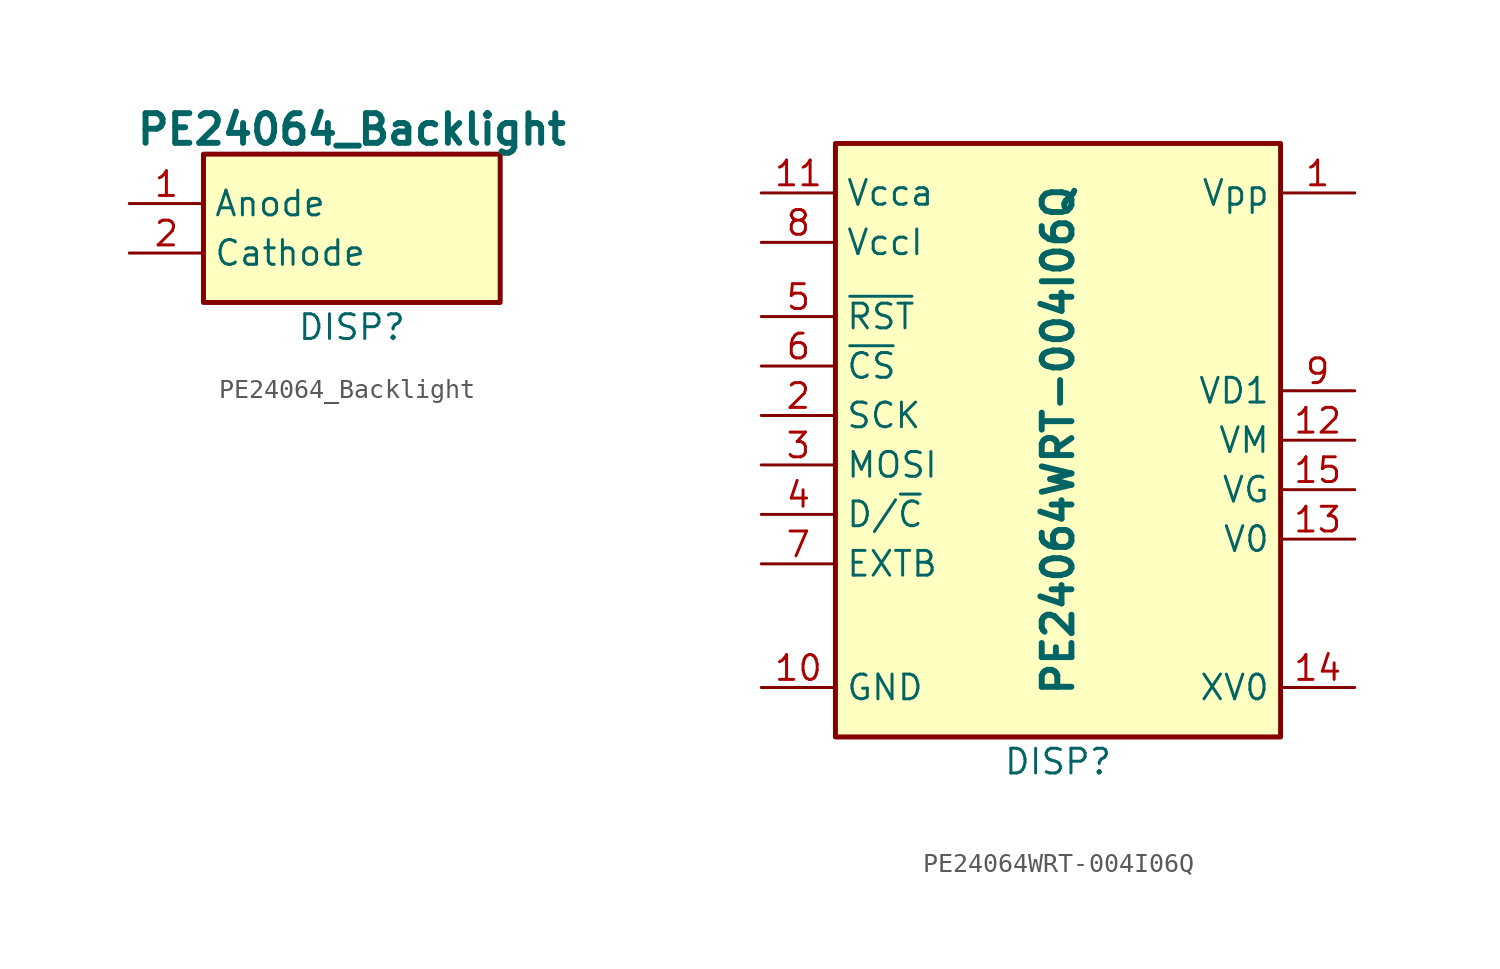
<source format=kicad_sym>
(kicad_symbol_lib
  (version 20231120)
  (generator "kicad_symbol_editor")
  (generator_version "8.0")
  (symbol "PE24064_Backlight"
    (property "Reference" "DISP"
      (at 0 -5.08 0)
      (effects (font (size 1.27 1.27))))
    (property "Value" "PE24064_Backlight"
      (at 0 5.08 0)
      (effects (font (size 1.524 1.524) (bold yes))))
    (symbol "PE24064_Backlight_1_1"
      (rectangle (start -7.62 3.81) (end 7.62 -3.81) (stroke (width 0.254) (type default)) (fill (type background)))
      (pin passive line (at -11.43 1.27 0) (length 3.81) (name "Anode" (effects (font (size 1.27 1.27)))) (number "1" (effects (font (size 1.27 1.27)))))
      (pin passive line (at -11.43 -1.27 0) (length 3.81) (name "Cathode" (effects (font (size 1.27 1.27)))) (number "2" (effects (font (size 1.27 1.27)))))))
  (symbol "PE24064WRT-004I06Q"
    (property "Reference" "DISP"
      (at 0 -16.51 0)
      (effects (font (size 1.27 1.27))))
    (property "Value" "PE24064WRT-004I06Q"
      (at 0 0 90)
      (effects (font (size 1.524 1.524) (bold yes))))
    (symbol "PE24064WRT-004I06Q_1_1"
      (rectangle (start -11.43 15.24) (end 11.43 -15.24) (stroke (width 0.254) (type default)) (fill (type background)))
      (pin passive line (at 15.24 12.7 180) (length 3.81) (name "Vpp" (effects (font (size 1.27 1.27)))) (number "1" (effects (font (size 1.27 1.27)))))
      (pin passive line (at -15.24 -12.7 0) (length 3.81) (name "GND" (effects (font (size 1.27 1.27)))) (number "10" (effects (font (size 1.27 1.27)))))
      (pin passive line (at -15.24 12.7 0) (length 3.81) (name "Vcca" (effects (font (size 1.27 1.27)))) (number "11" (effects (font (size 1.27 1.27)))))
      (pin passive line (at 15.24 0 180) (length 3.81) (name "VM" (effects (font (size 1.27 1.27)))) (number "12" (effects (font (size 1.27 1.27)))))
      (pin passive line (at 15.24 -5.08 180) (length 3.81) (name "V0" (effects (font (size 1.27 1.27)))) (number "13" (effects (font (size 1.27 1.27)))))
      (pin passive line (at 15.24 -12.7 180) (length 3.81) (name "XV0" (effects (font (size 1.27 1.27)))) (number "14" (effects (font (size 1.27 1.27)))))
      (pin passive line (at 15.24 -2.54 180) (length 3.81) (name "VG" (effects (font (size 1.27 1.27)))) (number "15" (effects (font (size 1.27 1.27)))))
      (pin passive line (at -15.24 1.27 0) (length 3.81) (name "SCK" (effects (font (size 1.27 1.27)))) (number "2" (effects (font (size 1.27 1.27)))))
      (pin passive line (at -15.24 -1.27 0) (length 3.81) (name "MOSI" (effects (font (size 1.27 1.27)))) (number "3" (effects (font (size 1.27 1.27)))))
      (pin passive line (at -15.24 -3.81 0) (length 3.81) (name "D/~{C}" (effects (font (size 1.27 1.27)))) (number "4" (effects (font (size 1.27 1.27)))))
      (pin passive line (at -15.24 6.35 0) (length 3.81) (name "~{RST}" (effects (font (size 1.27 1.27)))) (number "5" (effects (font (size 1.27 1.27)))))
      (pin passive line (at -15.24 3.81 0) (length 3.81) (name "~{CS}" (effects (font (size 1.27 1.27)))) (number "6" (effects (font (size 1.27 1.27)))))
      (pin passive line (at -15.24 -6.35 0) (length 3.81) (name "EXTB" (effects (font (size 1.27 1.27)))) (number "7" (effects (font (size 1.27 1.27)))))
      (pin passive line (at -15.24 10.16 0) (length 3.81) (name "VccI" (effects (font (size 1.27 1.27)))) (number "8" (effects (font (size 1.27 1.27)))))
      (pin passive line (at 15.24 2.54 180) (length 3.81) (name "VD1" (effects (font (size 1.27 1.27)))) (number "9" (effects (font (size 1.27 1.27))))))))
</source>
